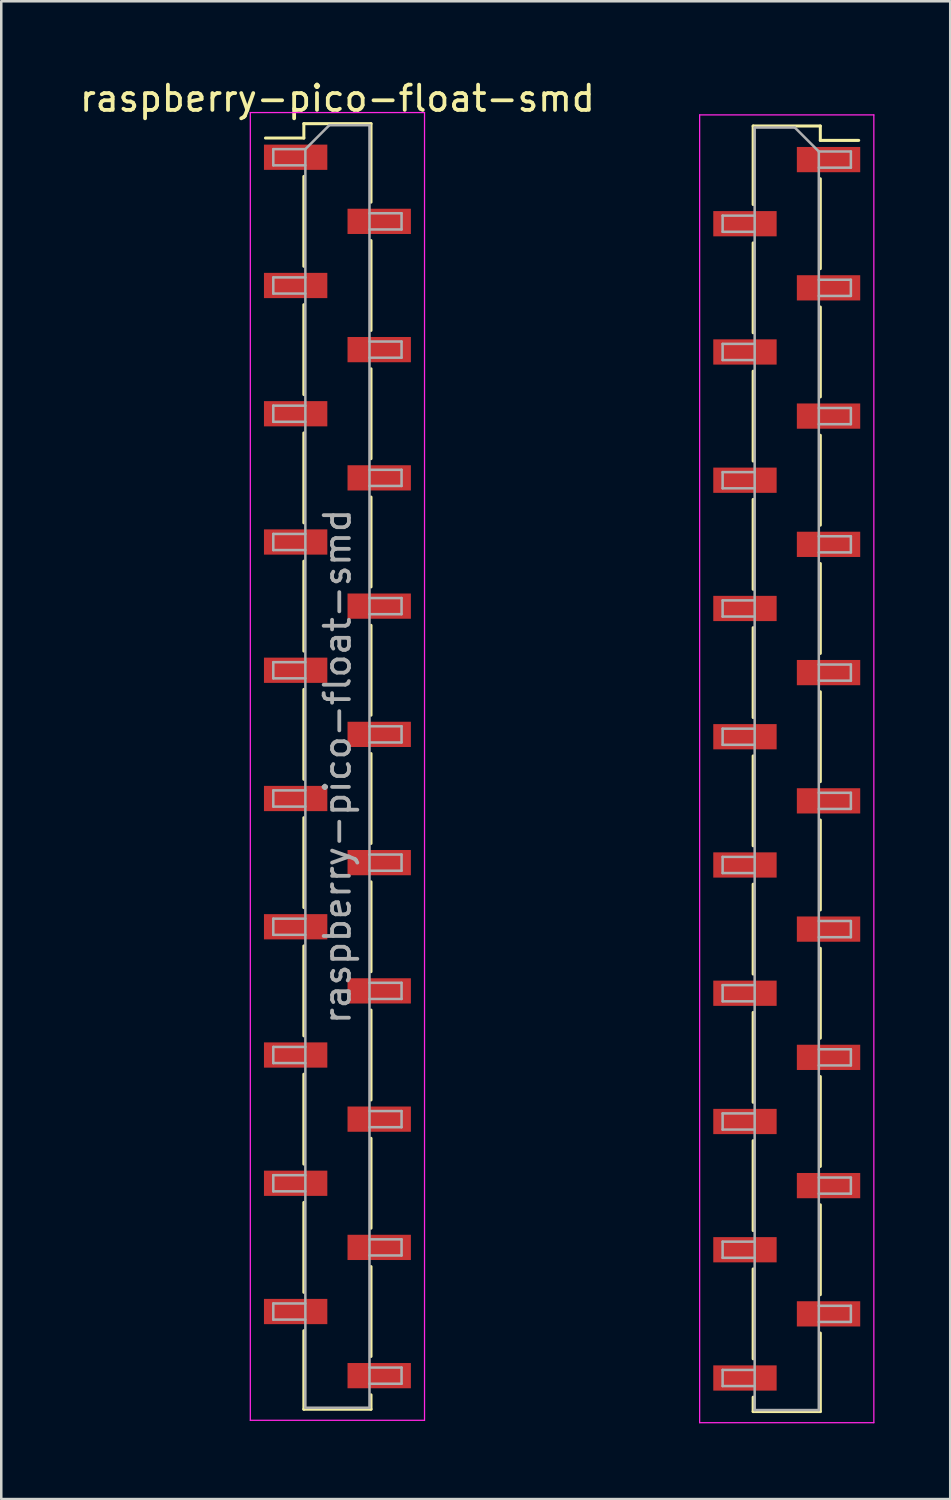
<source format=kicad_pcb>
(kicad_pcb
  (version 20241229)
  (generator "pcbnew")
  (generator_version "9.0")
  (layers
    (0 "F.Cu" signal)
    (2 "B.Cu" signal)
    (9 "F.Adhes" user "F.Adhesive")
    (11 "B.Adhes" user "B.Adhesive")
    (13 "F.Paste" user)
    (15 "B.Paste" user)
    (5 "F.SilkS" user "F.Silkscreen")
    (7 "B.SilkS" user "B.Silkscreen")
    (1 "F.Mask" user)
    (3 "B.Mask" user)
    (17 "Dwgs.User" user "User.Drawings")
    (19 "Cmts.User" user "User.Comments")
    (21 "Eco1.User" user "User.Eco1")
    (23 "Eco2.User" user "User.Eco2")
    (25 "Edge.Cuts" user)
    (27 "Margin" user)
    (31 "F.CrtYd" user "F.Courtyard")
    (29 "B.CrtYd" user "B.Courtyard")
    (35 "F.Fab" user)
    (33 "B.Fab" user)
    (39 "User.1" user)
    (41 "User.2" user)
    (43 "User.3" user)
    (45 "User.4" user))
  (footprint "raspberry-pico-float-smd"
    (layer "F.Cu")
    (at 12.855 29.848)
    (property "Reference" "raspberry-pico-float-smd" (at -2.54 -29 0) (layer "F.SilkS") (effects (font (size 1 1) (thickness 0.15))))
    (attr smd)
    (fp_line (start -3.87 -28) (end -3.87 -27.43) (stroke (width 0.12) (type solid)) (layer "F.SilkS"))
    (fp_line (start -3.87 -28) (end -1.21 -28) (stroke (width 0.12) (type solid)) (layer "F.SilkS"))
    (fp_line (start -3.87 -27.43) (end -5.39 -27.43) (stroke (width 0.12) (type solid)) (layer "F.SilkS"))
    (fp_line (start -3.87 -25.91) (end -3.87 -22.35) (stroke (width 0.12) (type solid)) (layer "F.SilkS"))
    (fp_line (start -3.87 -20.83) (end -3.87 -17.27) (stroke (width 0.12) (type solid)) (layer "F.SilkS"))
    (fp_line (start -3.87 -15.75) (end -3.87 -12.19) (stroke (width 0.12) (type solid)) (layer "F.SilkS"))
    (fp_line (start -3.87 -10.67) (end -3.87 -7.11) (stroke (width 0.12) (type solid)) (layer "F.SilkS"))
    (fp_line (start -3.87 -5.59) (end -3.87 -2.03) (stroke (width 0.12) (type solid)) (layer "F.SilkS"))
    (fp_line (start -3.87 -0.51) (end -3.87 3.05) (stroke (width 0.12) (type solid)) (layer "F.SilkS"))
    (fp_line (start -3.87 4.57) (end -3.87 8.13) (stroke (width 0.12) (type solid)) (layer "F.SilkS"))
    (fp_line (start -3.87 9.65) (end -3.87 13.21) (stroke (width 0.12) (type solid)) (layer "F.SilkS"))
    (fp_line (start -3.87 14.73) (end -3.87 18.29) (stroke (width 0.12) (type solid)) (layer "F.SilkS"))
    (fp_line (start -3.87 19.81) (end -3.87 22.92) (stroke (width 0.12) (type solid)) (layer "F.SilkS"))
    (fp_line (start -3.87 22.92) (end -1.21 22.92) (stroke (width 0.12) (type solid)) (layer "F.SilkS"))
    (fp_line (start -1.21 -28) (end -1.21 -24.89) (stroke (width 0.12) (type solid)) (layer "F.SilkS"))
    (fp_line (start -1.21 -23.37) (end -1.21 -19.81) (stroke (width 0.12) (type solid)) (layer "F.SilkS"))
    (fp_line (start -1.21 -18.29) (end -1.21 -14.73) (stroke (width 0.12) (type solid)) (layer "F.SilkS"))
    (fp_line (start -1.21 -13.21) (end -1.21 -9.65) (stroke (width 0.12) (type solid)) (layer "F.SilkS"))
    (fp_line (start -1.21 -8.13) (end -1.21 -4.57) (stroke (width 0.12) (type solid)) (layer "F.SilkS"))
    (fp_line (start -1.21 -3.05) (end -1.21 0.51) (stroke (width 0.12) (type solid)) (layer "F.SilkS"))
    (fp_line (start -1.21 2.03) (end -1.21 5.59) (stroke (width 0.12) (type solid)) (layer "F.SilkS"))
    (fp_line (start -1.21 7.11) (end -1.21 10.67) (stroke (width 0.12) (type solid)) (layer "F.SilkS"))
    (fp_line (start -1.21 12.19) (end -1.21 15.75) (stroke (width 0.12) (type solid)) (layer "F.SilkS"))
    (fp_line (start -1.21 17.27) (end -1.21 20.83) (stroke (width 0.12) (type solid)) (layer "F.SilkS"))
    (fp_line (start -1.21 22.35) (end -1.21 22.92) (stroke (width 0.12) (type solid)) (layer "F.SilkS"))
    (fp_line (start 13.927 -27.907) (end 13.927 -24.797) (stroke (width 0.12) (type solid)) (layer "F.SilkS"))
    (fp_line (start 13.927 -23.277) (end 13.927 -19.717) (stroke (width 0.12) (type solid)) (layer "F.SilkS"))
    (fp_line (start 13.927 -18.197) (end 13.927 -14.637) (stroke (width 0.12) (type solid)) (layer "F.SilkS"))
    (fp_line (start 13.927 -13.117) (end 13.927 -9.557) (stroke (width 0.12) (type solid)) (layer "F.SilkS"))
    (fp_line (start 13.927 -8.037) (end 13.927 -4.477) (stroke (width 0.12) (type solid)) (layer "F.SilkS"))
    (fp_line (start 13.927 -2.957) (end 13.927 0.603) (stroke (width 0.12) (type solid)) (layer "F.SilkS"))
    (fp_line (start 13.927 2.123) (end 13.927 5.683) (stroke (width 0.12) (type solid)) (layer "F.SilkS"))
    (fp_line (start 13.927 7.203) (end 13.927 10.763) (stroke (width 0.12) (type solid)) (layer "F.SilkS"))
    (fp_line (start 13.927 12.283) (end 13.927 15.843) (stroke (width 0.12) (type solid)) (layer "F.SilkS"))
    (fp_line (start 13.927 17.363) (end 13.927 20.923) (stroke (width 0.12) (type solid)) (layer "F.SilkS"))
    (fp_line (start 13.927 22.443) (end 13.927 23.013) (stroke (width 0.12) (type solid)) (layer "F.SilkS"))
    (fp_line (start 16.587 -27.907) (end 13.927 -27.907) (stroke (width 0.12) (type solid)) (layer "F.SilkS"))
    (fp_line (start 16.587 -27.907) (end 16.587 -27.337) (stroke (width 0.12) (type solid)) (layer "F.SilkS"))
    (fp_line (start 16.587 -27.337) (end 18.107 -27.337) (stroke (width 0.12) (type solid)) (layer "F.SilkS"))
    (fp_line (start 16.587 -25.817) (end 16.587 -22.257) (stroke (width 0.12) (type solid)) (layer "F.SilkS"))
    (fp_line (start 16.587 -20.737) (end 16.587 -17.177) (stroke (width 0.12) (type solid)) (layer "F.SilkS"))
    (fp_line (start 16.587 -15.657) (end 16.587 -12.097) (stroke (width 0.12) (type solid)) (layer "F.SilkS"))
    (fp_line (start 16.587 -10.577) (end 16.587 -7.017) (stroke (width 0.12) (type solid)) (layer "F.SilkS"))
    (fp_line (start 16.587 -5.497) (end 16.587 -1.937) (stroke (width 0.12) (type solid)) (layer "F.SilkS"))
    (fp_line (start 16.587 -0.417) (end 16.587 3.143) (stroke (width 0.12) (type solid)) (layer "F.SilkS"))
    (fp_line (start 16.587 4.663) (end 16.587 8.223) (stroke (width 0.12) (type solid)) (layer "F.SilkS"))
    (fp_line (start 16.587 9.743) (end 16.587 13.303) (stroke (width 0.12) (type solid)) (layer "F.SilkS"))
    (fp_line (start 16.587 14.823) (end 16.587 18.383) (stroke (width 0.12) (type solid)) (layer "F.SilkS"))
    (fp_line (start 16.587 19.903) (end 16.587 23.013) (stroke (width 0.12) (type solid)) (layer "F.SilkS"))
    (fp_line (start 16.587 23.013) (end 13.927 23.013) (stroke (width 0.12) (type solid)) (layer "F.SilkS"))
    (fp_line (start -5.99 -28.44) (end -5.99 23.36) (stroke (width 0.05) (type solid)) (layer "F.CrtYd"))
    (fp_line (start -5.99 23.36) (end 0.91 23.36) (stroke (width 0.05) (type solid)) (layer "F.CrtYd"))
    (fp_line (start 0.91 -28.44) (end -5.99 -28.44) (stroke (width 0.05) (type solid)) (layer "F.CrtYd"))
    (fp_line (start 0.91 23.36) (end 0.91 -28.44) (stroke (width 0.05) (type solid)) (layer "F.CrtYd"))
    (fp_line (start 11.807 -28.347) (end 18.707 -28.347) (stroke (width 0.05) (type solid)) (layer "F.CrtYd"))
    (fp_line (start 11.807 23.453) (end 11.807 -28.347) (stroke (width 0.05) (type solid)) (layer "F.CrtYd"))
    (fp_line (start 18.707 -28.347) (end 18.707 23.453) (stroke (width 0.05) (type solid)) (layer "F.CrtYd"))
    (fp_line (start 18.707 23.453) (end 11.807 23.453) (stroke (width 0.05) (type solid)) (layer "F.CrtYd"))
    (fp_line (start -5.08 -26.99) (end -5.08 -26.35) (stroke (width 0.1) (type solid)) (layer "F.Fab"))
    (fp_line (start -5.08 -26.35) (end -3.81 -26.35) (stroke (width 0.1) (type solid)) (layer "F.Fab"))
    (fp_line (start -5.08 -21.91) (end -5.08 -21.27) (stroke (width 0.1) (type solid)) (layer "F.Fab"))
    (fp_line (start -5.08 -21.27) (end -3.81 -21.27) (stroke (width 0.1) (type solid)) (layer "F.Fab"))
    (fp_line (start -5.08 -16.83) (end -5.08 -16.19) (stroke (width 0.1) (type solid)) (layer "F.Fab"))
    (fp_line (start -5.08 -16.19) (end -3.81 -16.19) (stroke (width 0.1) (type solid)) (layer "F.Fab"))
    (fp_line (start -5.08 -11.75) (end -5.08 -11.11) (stroke (width 0.1) (type solid)) (layer "F.Fab"))
    (fp_line (start -5.08 -11.11) (end -3.81 -11.11) (stroke (width 0.1) (type solid)) (layer "F.Fab"))
    (fp_line (start -5.08 -6.67) (end -5.08 -6.03) (stroke (width 0.1) (type solid)) (layer "F.Fab"))
    (fp_line (start -5.08 -6.03) (end -3.81 -6.03) (stroke (width 0.1) (type solid)) (layer "F.Fab"))
    (fp_line (start -5.08 -1.59) (end -5.08 -0.95) (stroke (width 0.1) (type solid)) (layer "F.Fab"))
    (fp_line (start -5.08 -0.95) (end -3.81 -0.95) (stroke (width 0.1) (type solid)) (layer "F.Fab"))
    (fp_line (start -5.08 3.49) (end -5.08 4.13) (stroke (width 0.1) (type solid)) (layer "F.Fab"))
    (fp_line (start -5.08 4.13) (end -3.81 4.13) (stroke (width 0.1) (type solid)) (layer "F.Fab"))
    (fp_line (start -5.08 8.57) (end -5.08 9.21) (stroke (width 0.1) (type solid)) (layer "F.Fab"))
    (fp_line (start -5.08 9.21) (end -3.81 9.21) (stroke (width 0.1) (type solid)) (layer "F.Fab"))
    (fp_line (start -5.08 13.65) (end -5.08 14.29) (stroke (width 0.1) (type solid)) (layer "F.Fab"))
    (fp_line (start -5.08 14.29) (end -3.81 14.29) (stroke (width 0.1) (type solid)) (layer "F.Fab"))
    (fp_line (start -5.08 18.73) (end -5.08 19.37) (stroke (width 0.1) (type solid)) (layer "F.Fab"))
    (fp_line (start -5.08 19.37) (end -3.81 19.37) (stroke (width 0.1) (type solid)) (layer "F.Fab"))
    (fp_line (start -3.81 -26.99) (end -5.08 -26.99) (stroke (width 0.1) (type solid)) (layer "F.Fab"))
    (fp_line (start -3.81 -26.99) (end -2.86 -27.94) (stroke (width 0.1) (type solid)) (layer "F.Fab"))
    (fp_line (start -3.81 -21.91) (end -5.08 -21.91) (stroke (width 0.1) (type solid)) (layer "F.Fab"))
    (fp_line (start -3.81 -16.83) (end -5.08 -16.83) (stroke (width 0.1) (type solid)) (layer "F.Fab"))
    (fp_line (start -3.81 -11.75) (end -5.08 -11.75) (stroke (width 0.1) (type solid)) (layer "F.Fab"))
    (fp_line (start -3.81 -6.67) (end -5.08 -6.67) (stroke (width 0.1) (type solid)) (layer "F.Fab"))
    (fp_line (start -3.81 -1.59) (end -5.08 -1.59) (stroke (width 0.1) (type solid)) (layer "F.Fab"))
    (fp_line (start -3.81 3.49) (end -5.08 3.49) (stroke (width 0.1) (type solid)) (layer "F.Fab"))
    (fp_line (start -3.81 8.57) (end -5.08 8.57) (stroke (width 0.1) (type solid)) (layer "F.Fab"))
    (fp_line (start -3.81 13.65) (end -5.08 13.65) (stroke (width 0.1) (type solid)) (layer "F.Fab"))
    (fp_line (start -3.81 18.73) (end -5.08 18.73) (stroke (width 0.1) (type solid)) (layer "F.Fab"))
    (fp_line (start -3.81 22.86) (end -3.81 -26.99) (stroke (width 0.1) (type solid)) (layer "F.Fab"))
    (fp_line (start -2.86 -27.94) (end -1.27 -27.94) (stroke (width 0.1) (type solid)) (layer "F.Fab"))
    (fp_line (start -1.27 -27.94) (end -1.27 22.86) (stroke (width 0.1) (type solid)) (layer "F.Fab"))
    (fp_line (start -1.27 -24.45) (end 0 -24.45) (stroke (width 0.1) (type solid)) (layer "F.Fab"))
    (fp_line (start -1.27 -19.37) (end 0 -19.37) (stroke (width 0.1) (type solid)) (layer "F.Fab"))
    (fp_line (start -1.27 -14.29) (end 0 -14.29) (stroke (width 0.1) (type solid)) (layer "F.Fab"))
    (fp_line (start -1.27 -9.21) (end 0 -9.21) (stroke (width 0.1) (type solid)) (layer "F.Fab"))
    (fp_line (start -1.27 -4.13) (end 0 -4.13) (stroke (width 0.1) (type solid)) (layer "F.Fab"))
    (fp_line (start -1.27 0.95) (end 0 0.95) (stroke (width 0.1) (type solid)) (layer "F.Fab"))
    (fp_line (start -1.27 6.03) (end 0 6.03) (stroke (width 0.1) (type solid)) (layer "F.Fab"))
    (fp_line (start -1.27 11.11) (end 0 11.11) (stroke (width 0.1) (type solid)) (layer "F.Fab"))
    (fp_line (start -1.27 16.19) (end 0 16.19) (stroke (width 0.1) (type solid)) (layer "F.Fab"))
    (fp_line (start -1.27 21.27) (end 0 21.27) (stroke (width 0.1) (type solid)) (layer "F.Fab"))
    (fp_line (start -1.27 22.86) (end -3.81 22.86) (stroke (width 0.1) (type solid)) (layer "F.Fab"))
    (fp_line (start 0 -24.45) (end 0 -23.81) (stroke (width 0.1) (type solid)) (layer "F.Fab"))
    (fp_line (start 0 -23.81) (end -1.27 -23.81) (stroke (width 0.1) (type solid)) (layer "F.Fab"))
    (fp_line (start 0 -19.37) (end 0 -18.73) (stroke (width 0.1) (type solid)) (layer "F.Fab"))
    (fp_line (start 0 -18.73) (end -1.27 -18.73) (stroke (width 0.1) (type solid)) (layer "F.Fab"))
    (fp_line (start 0 -14.29) (end 0 -13.65) (stroke (width 0.1) (type solid)) (layer "F.Fab"))
    (fp_line (start 0 -13.65) (end -1.27 -13.65) (stroke (width 0.1) (type solid)) (layer "F.Fab"))
    (fp_line (start 0 -9.21) (end 0 -8.57) (stroke (width 0.1) (type solid)) (layer "F.Fab"))
    (fp_line (start 0 -8.57) (end -1.27 -8.57) (stroke (width 0.1) (type solid)) (layer "F.Fab"))
    (fp_line (start 0 -4.13) (end 0 -3.49) (stroke (width 0.1) (type solid)) (layer "F.Fab"))
    (fp_line (start 0 -3.49) (end -1.27 -3.49) (stroke (width 0.1) (type solid)) (layer "F.Fab"))
    (fp_line (start 0 0.95) (end 0 1.59) (stroke (width 0.1) (type solid)) (layer "F.Fab"))
    (fp_line (start 0 1.59) (end -1.27 1.59) (stroke (width 0.1) (type solid)) (layer "F.Fab"))
    (fp_line (start 0 6.03) (end 0 6.67) (stroke (width 0.1) (type solid)) (layer "F.Fab"))
    (fp_line (start 0 6.67) (end -1.27 6.67) (stroke (width 0.1) (type solid)) (layer "F.Fab"))
    (fp_line (start 0 11.11) (end 0 11.75) (stroke (width 0.1) (type solid)) (layer "F.Fab"))
    (fp_line (start 0 11.75) (end -1.27 11.75) (stroke (width 0.1) (type solid)) (layer "F.Fab"))
    (fp_line (start 0 16.19) (end 0 16.83) (stroke (width 0.1) (type solid)) (layer "F.Fab"))
    (fp_line (start 0 16.83) (end -1.27 16.83) (stroke (width 0.1) (type solid)) (layer "F.Fab"))
    (fp_line (start 0 21.27) (end 0 21.91) (stroke (width 0.1) (type solid)) (layer "F.Fab"))
    (fp_line (start 0 21.91) (end -1.27 21.91) (stroke (width 0.1) (type solid)) (layer "F.Fab"))
    (fp_line (start 12.717 -24.357) (end 12.717 -23.717) (stroke (width 0.1) (type solid)) (layer "F.Fab"))
    (fp_line (start 12.717 -23.717) (end 13.987 -23.717) (stroke (width 0.1) (type solid)) (layer "F.Fab"))
    (fp_line (start 12.717 -19.277) (end 12.717 -18.637) (stroke (width 0.1) (type solid)) (layer "F.Fab"))
    (fp_line (start 12.717 -18.637) (end 13.987 -18.637) (stroke (width 0.1) (type solid)) (layer "F.Fab"))
    (fp_line (start 12.717 -14.197) (end 12.717 -13.557) (stroke (width 0.1) (type solid)) (layer "F.Fab"))
    (fp_line (start 12.717 -13.557) (end 13.987 -13.557) (stroke (width 0.1) (type solid)) (layer "F.Fab"))
    (fp_line (start 12.717 -9.117) (end 12.717 -8.477) (stroke (width 0.1) (type solid)) (layer "F.Fab"))
    (fp_line (start 12.717 -8.477) (end 13.987 -8.477) (stroke (width 0.1) (type solid)) (layer "F.Fab"))
    (fp_line (start 12.717 -4.037) (end 12.717 -3.397) (stroke (width 0.1) (type solid)) (layer "F.Fab"))
    (fp_line (start 12.717 -3.397) (end 13.987 -3.397) (stroke (width 0.1) (type solid)) (layer "F.Fab"))
    (fp_line (start 12.717 1.043) (end 12.717 1.683) (stroke (width 0.1) (type solid)) (layer "F.Fab"))
    (fp_line (start 12.717 1.683) (end 13.987 1.683) (stroke (width 0.1) (type solid)) (layer "F.Fab"))
    (fp_line (start 12.717 6.123) (end 12.717 6.763) (stroke (width 0.1) (type solid)) (layer "F.Fab"))
    (fp_line (start 12.717 6.763) (end 13.987 6.763) (stroke (width 0.1) (type solid)) (layer "F.Fab"))
    (fp_line (start 12.717 11.203) (end 12.717 11.843) (stroke (width 0.1) (type solid)) (layer "F.Fab"))
    (fp_line (start 12.717 11.843) (end 13.987 11.843) (stroke (width 0.1) (type solid)) (layer "F.Fab"))
    (fp_line (start 12.717 16.283) (end 12.717 16.923) (stroke (width 0.1) (type solid)) (layer "F.Fab"))
    (fp_line (start 12.717 16.923) (end 13.987 16.923) (stroke (width 0.1) (type solid)) (layer "F.Fab"))
    (fp_line (start 12.717 21.363) (end 12.717 22.003) (stroke (width 0.1) (type solid)) (layer "F.Fab"))
    (fp_line (start 12.717 22.003) (end 13.987 22.003) (stroke (width 0.1) (type solid)) (layer "F.Fab"))
    (fp_line (start 13.987 -27.847) (end 13.987 22.953) (stroke (width 0.1) (type solid)) (layer "F.Fab"))
    (fp_line (start 13.987 -24.357) (end 12.717 -24.357) (stroke (width 0.1) (type solid)) (layer "F.Fab"))
    (fp_line (start 13.987 -19.277) (end 12.717 -19.277) (stroke (width 0.1) (type solid)) (layer "F.Fab"))
    (fp_line (start 13.987 -14.197) (end 12.717 -14.197) (stroke (width 0.1) (type solid)) (layer "F.Fab"))
    (fp_line (start 13.987 -9.117) (end 12.717 -9.117) (stroke (width 0.1) (type solid)) (layer "F.Fab"))
    (fp_line (start 13.987 -4.037) (end 12.717 -4.037) (stroke (width 0.1) (type solid)) (layer "F.Fab"))
    (fp_line (start 13.987 1.043) (end 12.717 1.043) (stroke (width 0.1) (type solid)) (layer "F.Fab"))
    (fp_line (start 13.987 6.123) (end 12.717 6.123) (stroke (width 0.1) (type solid)) (layer "F.Fab"))
    (fp_line (start 13.987 11.203) (end 12.717 11.203) (stroke (width 0.1) (type solid)) (layer "F.Fab"))
    (fp_line (start 13.987 16.283) (end 12.717 16.283) (stroke (width 0.1) (type solid)) (layer "F.Fab"))
    (fp_line (start 13.987 21.363) (end 12.717 21.363) (stroke (width 0.1) (type solid)) (layer "F.Fab"))
    (fp_line (start 13.987 22.953) (end 16.527 22.953) (stroke (width 0.1) (type solid)) (layer "F.Fab"))
    (fp_line (start 15.577 -27.847) (end 13.987 -27.847) (stroke (width 0.1) (type solid)) (layer "F.Fab"))
    (fp_line (start 16.527 -26.897) (end 15.577 -27.847) (stroke (width 0.1) (type solid)) (layer "F.Fab"))
    (fp_line (start 16.527 -26.897) (end 17.797 -26.897) (stroke (width 0.1) (type solid)) (layer "F.Fab"))
    (fp_line (start 16.527 -21.817) (end 17.797 -21.817) (stroke (width 0.1) (type solid)) (layer "F.Fab"))
    (fp_line (start 16.527 -16.737) (end 17.797 -16.737) (stroke (width 0.1) (type solid)) (layer "F.Fab"))
    (fp_line (start 16.527 -11.657) (end 17.797 -11.657) (stroke (width 0.1) (type solid)) (layer "F.Fab"))
    (fp_line (start 16.527 -6.577) (end 17.797 -6.577) (stroke (width 0.1) (type solid)) (layer "F.Fab"))
    (fp_line (start 16.527 -1.497) (end 17.797 -1.497) (stroke (width 0.1) (type solid)) (layer "F.Fab"))
    (fp_line (start 16.527 3.583) (end 17.797 3.583) (stroke (width 0.1) (type solid)) (layer "F.Fab"))
    (fp_line (start 16.527 8.663) (end 17.797 8.663) (stroke (width 0.1) (type solid)) (layer "F.Fab"))
    (fp_line (start 16.527 13.743) (end 17.797 13.743) (stroke (width 0.1) (type solid)) (layer "F.Fab"))
    (fp_line (start 16.527 18.823) (end 17.797 18.823) (stroke (width 0.1) (type solid)) (layer "F.Fab"))
    (fp_line (start 16.527 22.953) (end 16.527 -26.897) (stroke (width 0.1) (type solid)) (layer "F.Fab"))
    (fp_line (start 17.797 -26.897) (end 17.797 -26.257) (stroke (width 0.1) (type solid)) (layer "F.Fab"))
    (fp_line (start 17.797 -26.257) (end 16.527 -26.257) (stroke (width 0.1) (type solid)) (layer "F.Fab"))
    (fp_line (start 17.797 -21.817) (end 17.797 -21.177) (stroke (width 0.1) (type solid)) (layer "F.Fab"))
    (fp_line (start 17.797 -21.177) (end 16.527 -21.177) (stroke (width 0.1) (type solid)) (layer "F.Fab"))
    (fp_line (start 17.797 -16.737) (end 17.797 -16.097) (stroke (width 0.1) (type solid)) (layer "F.Fab"))
    (fp_line (start 17.797 -16.097) (end 16.527 -16.097) (stroke (width 0.1) (type solid)) (layer "F.Fab"))
    (fp_line (start 17.797 -11.657) (end 17.797 -11.017) (stroke (width 0.1) (type solid)) (layer "F.Fab"))
    (fp_line (start 17.797 -11.017) (end 16.527 -11.017) (stroke (width 0.1) (type solid)) (layer "F.Fab"))
    (fp_line (start 17.797 -6.577) (end 17.797 -5.937) (stroke (width 0.1) (type solid)) (layer "F.Fab"))
    (fp_line (start 17.797 -5.937) (end 16.527 -5.937) (stroke (width 0.1) (type solid)) (layer "F.Fab"))
    (fp_line (start 17.797 -1.497) (end 17.797 -0.857) (stroke (width 0.1) (type solid)) (layer "F.Fab"))
    (fp_line (start 17.797 -0.857) (end 16.527 -0.857) (stroke (width 0.1) (type solid)) (layer "F.Fab"))
    (fp_line (start 17.797 3.583) (end 17.797 4.223) (stroke (width 0.1) (type solid)) (layer "F.Fab"))
    (fp_line (start 17.797 4.223) (end 16.527 4.223) (stroke (width 0.1) (type solid)) (layer "F.Fab"))
    (fp_line (start 17.797 8.663) (end 17.797 9.303) (stroke (width 0.1) (type solid)) (layer "F.Fab"))
    (fp_line (start 17.797 9.303) (end 16.527 9.303) (stroke (width 0.1) (type solid)) (layer "F.Fab"))
    (fp_line (start 17.797 13.743) (end 17.797 14.383) (stroke (width 0.1) (type solid)) (layer "F.Fab"))
    (fp_line (start 17.797 14.383) (end 16.527 14.383) (stroke (width 0.1) (type solid)) (layer "F.Fab"))
    (fp_line (start 17.797 18.823) (end 17.797 19.463) (stroke (width 0.1) (type solid)) (layer "F.Fab"))
    (fp_line (start 17.797 19.463) (end 16.527 19.463) (stroke (width 0.1) (type solid)) (layer "F.Fab"))
    (fp_text user "${REFERENCE}" (at -2.54 -2.54 90) (layer "F.Fab") (effects (font (size 1 1) (thickness 0.15))))
    (pad "1" smd rect (at -4.195 -26.67) (size 2.51 1) (layers "F.Cu" "F.Mask" "F.Paste"))
    (pad "2" smd rect (at -0.885 -24.13) (size 2.51 1) (layers "F.Cu" "F.Mask" "F.Paste"))
    (pad "3" smd rect (at -4.195 -21.59) (size 2.51 1) (layers "F.Cu" "F.Mask" "F.Paste"))
    (pad "4" smd rect (at -0.885 -19.05) (size 2.51 1) (layers "F.Cu" "F.Mask" "F.Paste"))
    (pad "5" smd rect (at -4.195 -16.51) (size 2.51 1) (layers "F.Cu" "F.Mask" "F.Paste"))
    (pad "6" smd rect (at -0.885 -13.97) (size 2.51 1) (layers "F.Cu" "F.Mask" "F.Paste"))
    (pad "7" smd rect (at -4.195 -11.43) (size 2.51 1) (layers "F.Cu" "F.Mask" "F.Paste"))
    (pad "8" smd rect (at -0.885 -8.89) (size 2.51 1) (layers "F.Cu" "F.Mask" "F.Paste"))
    (pad "9" smd rect (at -4.195 -6.35) (size 2.51 1) (layers "F.Cu" "F.Mask" "F.Paste"))
    (pad "10" smd rect (at -0.885 -3.81) (size 2.51 1) (layers "F.Cu" "F.Mask" "F.Paste"))
    (pad "11" smd rect (at -4.195 -1.27) (size 2.51 1) (layers "F.Cu" "F.Mask" "F.Paste"))
    (pad "12" smd rect (at -0.885 1.27) (size 2.51 1) (layers "F.Cu" "F.Mask" "F.Paste"))
    (pad "13" smd rect (at -4.195 3.81) (size 2.51 1) (layers "F.Cu" "F.Mask" "F.Paste"))
    (pad "14" smd rect (at -0.885 6.35) (size 2.51 1) (layers "F.Cu" "F.Mask" "F.Paste"))
    (pad "15" smd rect (at -4.195 8.89) (size 2.51 1) (layers "F.Cu" "F.Mask" "F.Paste"))
    (pad "16" smd rect (at -0.885 11.43) (size 2.51 1) (layers "F.Cu" "F.Mask" "F.Paste"))
    (pad "17" smd rect (at -4.195 13.97) (size 2.51 1) (layers "F.Cu" "F.Mask" "F.Paste"))
    (pad "18" smd rect (at -0.885 16.51) (size 2.51 1) (layers "F.Cu" "F.Mask" "F.Paste"))
    (pad "19" smd rect (at -4.195 19.05) (size 2.51 1) (layers "F.Cu" "F.Mask" "F.Paste"))
    (pad "20" smd rect (at -0.885 21.59) (size 2.51 1) (layers "F.Cu" "F.Mask" "F.Paste"))
    (pad "21" smd rect (at 13.602 21.683) (size 2.51 1) (layers "F.Cu" "F.Mask" "F.Paste"))
    (pad "22" smd rect (at 16.912 19.143) (size 2.51 1) (layers "F.Cu" "F.Mask" "F.Paste"))
    (pad "23" smd rect (at 13.602 16.603) (size 2.51 1) (layers "F.Cu" "F.Mask" "F.Paste"))
    (pad "24" smd rect (at 16.912 14.063) (size 2.51 1) (layers "F.Cu" "F.Mask" "F.Paste"))
    (pad "25" smd rect (at 13.602 11.523) (size 2.51 1) (layers "F.Cu" "F.Mask" "F.Paste"))
    (pad "26" smd rect (at 16.912 8.983) (size 2.51 1) (layers "F.Cu" "F.Mask" "F.Paste"))
    (pad "27" smd rect (at 13.602 6.443) (size 2.51 1) (layers "F.Cu" "F.Mask" "F.Paste"))
    (pad "28" smd rect (at 16.912 3.903) (size 2.51 1) (layers "F.Cu" "F.Mask" "F.Paste"))
    (pad "29" smd rect (at 13.602 1.363) (size 2.51 1) (layers "F.Cu" "F.Mask" "F.Paste"))
    (pad "30" smd rect (at 16.912 -1.177) (size 2.51 1) (layers "F.Cu" "F.Mask" "F.Paste"))
    (pad "31" smd rect (at 13.602 -3.717) (size 2.51 1) (layers "F.Cu" "F.Mask" "F.Paste"))
    (pad "32" smd rect (at 16.912 -6.257) (size 2.51 1) (layers "F.Cu" "F.Mask" "F.Paste"))
    (pad "33" smd rect (at 13.602 -8.797) (size 2.51 1) (layers "F.Cu" "F.Mask" "F.Paste"))
    (pad "34" smd rect (at 16.912 -11.337) (size 2.51 1) (layers "F.Cu" "F.Mask" "F.Paste"))
    (pad "35" smd rect (at 13.602 -13.877) (size 2.51 1) (layers "F.Cu" "F.Mask" "F.Paste"))
    (pad "36" smd rect (at 16.912 -16.417) (size 2.51 1) (layers "F.Cu" "F.Mask" "F.Paste"))
    (pad "37" smd rect (at 13.602 -18.957) (size 2.51 1) (layers "F.Cu" "F.Mask" "F.Paste"))
    (pad "38" smd rect (at 16.912 -21.497) (size 2.51 1) (layers "F.Cu" "F.Mask" "F.Paste"))
    (pad "39" smd rect (at 13.602 -24.037) (size 2.51 1) (layers "F.Cu" "F.Mask" "F.Paste"))
    (pad "40" smd rect (at 16.912 -26.577) (size 2.51 1) (layers "F.Cu" "F.Mask" "F.Paste")))
  (gr_rect
    (start -3 -3)
    (end 34.588 56.326)
    (stroke (width 0.1) (type default))
    (fill no)
    (layer "Edge.Cuts")))
</source>
